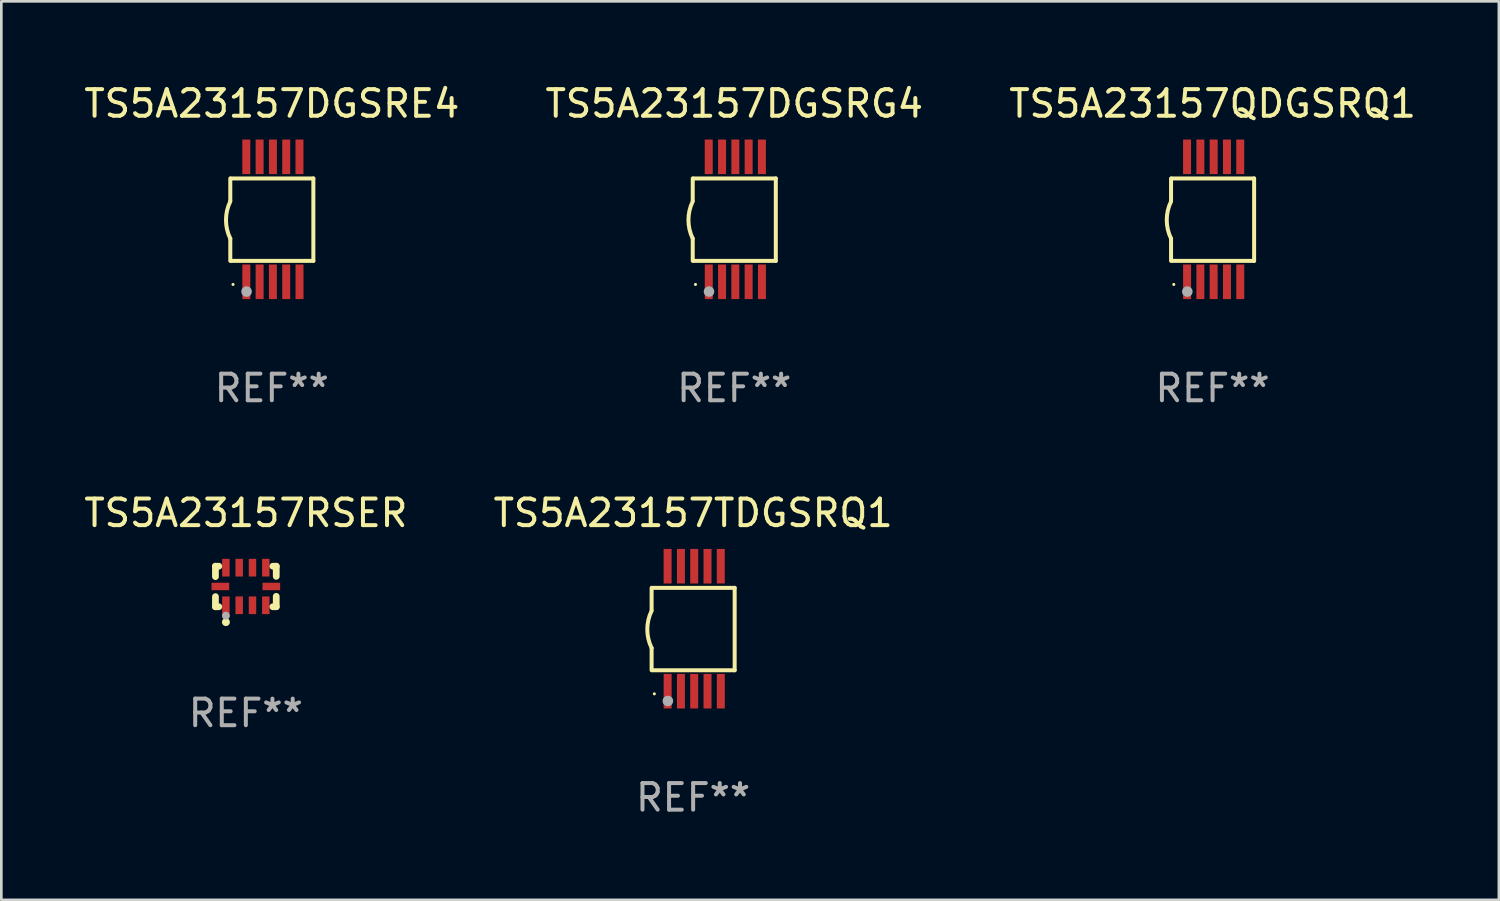
<source format=kicad_pcb>
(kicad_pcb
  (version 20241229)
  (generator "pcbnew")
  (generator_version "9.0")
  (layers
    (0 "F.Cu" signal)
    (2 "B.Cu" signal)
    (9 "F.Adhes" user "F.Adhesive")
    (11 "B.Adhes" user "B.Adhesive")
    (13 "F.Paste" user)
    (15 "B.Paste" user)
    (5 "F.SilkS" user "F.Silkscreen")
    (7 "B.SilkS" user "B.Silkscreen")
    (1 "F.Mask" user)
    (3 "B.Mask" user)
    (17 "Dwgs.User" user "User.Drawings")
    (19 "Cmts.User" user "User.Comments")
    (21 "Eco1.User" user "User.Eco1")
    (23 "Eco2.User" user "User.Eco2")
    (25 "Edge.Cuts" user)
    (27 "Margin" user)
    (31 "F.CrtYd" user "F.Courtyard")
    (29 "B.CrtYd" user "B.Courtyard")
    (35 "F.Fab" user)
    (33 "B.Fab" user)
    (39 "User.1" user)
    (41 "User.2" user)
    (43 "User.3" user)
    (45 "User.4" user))
  (footprint "TS5A23157QDGSRQ1"
    (layer "F.Cu")
    (at 42.554 5.198)
    (property "Reference" "TS5A23157QDGSRQ1" (at 0 -4.35 0) (layer "F.SilkS") (effects (font (size 1 1) (thickness 0.15))))
    (attr through_hole)
    (fp_line (start -1.562 -1.537) (end -1.562 -0.698) (stroke (width 0.15) (type solid)) (layer "F.SilkS"))
    (fp_line (start -1.562 0.724) (end -1.562 1.562) (stroke (width 0.15) (type solid)) (layer "F.SilkS"))
    (fp_line (start -1.538 -1.537) (end 1.562 -1.537) (stroke (width 0.15) (type solid)) (layer "F.SilkS"))
    (fp_line (start -1.538 1.562) (end 1.562 1.562) (stroke (width 0.15) (type solid)) (layer "F.SilkS"))
    (fp_line (start 1.562 1.564) (end 1.562 -1.537) (stroke (width 0.15) (type solid)) (layer "F.SilkS"))
    (fp_arc (start -1.562103 0.724079) (mid -1.723579 0.025578) (end -1.562103 -0.672924) (stroke (width 0.150013) (type solid)) (layer "F.SilkS"))
    (fp_circle (center -1.459 2.45) (end -1.429 2.45) (stroke (width 0.06) (type solid)) (fill no) (layer "F.SilkS"))
    (fp_circle (center -0.95 2.718) (end -0.85 2.718) (stroke (width 0.2) (type solid)) (fill no) (layer "F.Fab"))
    (fp_text user "REF**" (at 0 6.35 0) (layer "F.Fab") (effects (font (size 1 1) (thickness 0.15))))
    (pad "1" smd rect (at -0.959 2.35) (size 0.3 1.3) (layers "F.Cu" "F.Mask" "F.Paste"))
    (pad "2" smd rect (at -0.459 2.35) (size 0.3 1.3) (layers "F.Cu" "F.Mask" "F.Paste"))
    (pad "3" smd rect (at 0.04 2.35) (size 0.3 1.3) (layers "F.Cu" "F.Mask" "F.Paste"))
    (pad "4" smd rect (at 0.541 2.35) (size 0.3 1.3) (layers "F.Cu" "F.Mask" "F.Paste"))
    (pad "5" smd rect (at 1.041 2.35) (size 0.3 1.3) (layers "F.Cu" "F.Mask" "F.Paste"))
    (pad "6" smd rect (at 1.04 -2.35) (size 0.3 1.3) (layers "F.Cu" "F.Mask" "F.Paste"))
    (pad "7" smd rect (at 0.541 -2.35) (size 0.3 1.3) (layers "F.Cu" "F.Mask" "F.Paste"))
    (pad "8" smd rect (at 0.041 -2.35) (size 0.3 1.3) (layers "F.Cu" "F.Mask" "F.Paste"))
    (pad "9" smd rect (at -0.459 -2.35) (size 0.3 1.3) (layers "F.Cu" "F.Mask" "F.Paste"))
    (pad "10" smd rect (at -0.96 -2.35) (size 0.3 1.3) (layers "F.Cu" "F.Mask" "F.Paste")))
  (footprint "TS5A23157DGSRE4"
    (layer "F.Cu")
    (at 7.173 5.198)
    (property "Reference" "TS5A23157DGSRE4" (at 0 -4.35 0) (layer "F.SilkS") (effects (font (size 1 1) (thickness 0.15))))
    (attr through_hole)
    (fp_line (start -1.562 -1.537) (end -1.562 -0.698) (stroke (width 0.15) (type solid)) (layer "F.SilkS"))
    (fp_line (start -1.562 0.724) (end -1.562 1.562) (stroke (width 0.15) (type solid)) (layer "F.SilkS"))
    (fp_line (start -1.538 -1.537) (end 1.562 -1.537) (stroke (width 0.15) (type solid)) (layer "F.SilkS"))
    (fp_line (start -1.538 1.562) (end 1.562 1.562) (stroke (width 0.15) (type solid)) (layer "F.SilkS"))
    (fp_line (start 1.562 1.564) (end 1.562 -1.537) (stroke (width 0.15) (type solid)) (layer "F.SilkS"))
    (fp_arc (start -1.562103 0.724079) (mid -1.723579 0.025578) (end -1.562103 -0.672924) (stroke (width 0.150013) (type solid)) (layer "F.SilkS"))
    (fp_circle (center -1.459 2.45) (end -1.429 2.45) (stroke (width 0.06) (type solid)) (fill no) (layer "F.SilkS"))
    (fp_circle (center -0.95 2.718) (end -0.85 2.718) (stroke (width 0.2) (type solid)) (fill no) (layer "F.Fab"))
    (fp_text user "REF**" (at 0 6.35 0) (layer "F.Fab") (effects (font (size 1 1) (thickness 0.15))))
    (pad "1" smd rect (at -0.959 2.35) (size 0.3 1.3) (layers "F.Cu" "F.Mask" "F.Paste"))
    (pad "2" smd rect (at -0.459 2.35) (size 0.3 1.3) (layers "F.Cu" "F.Mask" "F.Paste"))
    (pad "3" smd rect (at 0.04 2.35) (size 0.3 1.3) (layers "F.Cu" "F.Mask" "F.Paste"))
    (pad "4" smd rect (at 0.541 2.35) (size 0.3 1.3) (layers "F.Cu" "F.Mask" "F.Paste"))
    (pad "5" smd rect (at 1.041 2.35) (size 0.3 1.3) (layers "F.Cu" "F.Mask" "F.Paste"))
    (pad "6" smd rect (at 1.04 -2.35) (size 0.3 1.3) (layers "F.Cu" "F.Mask" "F.Paste"))
    (pad "7" smd rect (at 0.541 -2.35) (size 0.3 1.3) (layers "F.Cu" "F.Mask" "F.Paste"))
    (pad "8" smd rect (at 0.041 -2.35) (size 0.3 1.3) (layers "F.Cu" "F.Mask" "F.Paste"))
    (pad "9" smd rect (at -0.459 -2.35) (size 0.3 1.3) (layers "F.Cu" "F.Mask" "F.Paste"))
    (pad "10" smd rect (at -0.96 -2.35) (size 0.3 1.3) (layers "F.Cu" "F.Mask" "F.Paste")))
  (footprint "TS5A23157TDGSRQ1"
    (layer "F.Cu")
    (at 23.018 20.595)
    (property "Reference" "TS5A23157TDGSRQ1" (at 0 -4.35 0) (layer "F.SilkS") (effects (font (size 1 1) (thickness 0.15))))
    (attr through_hole)
    (fp_line (start -1.562 -1.537) (end -1.562 -0.698) (stroke (width 0.15) (type solid)) (layer "F.SilkS"))
    (fp_line (start -1.562 0.724) (end -1.562 1.562) (stroke (width 0.15) (type solid)) (layer "F.SilkS"))
    (fp_line (start -1.538 -1.537) (end 1.562 -1.537) (stroke (width 0.15) (type solid)) (layer "F.SilkS"))
    (fp_line (start -1.538 1.562) (end 1.562 1.562) (stroke (width 0.15) (type solid)) (layer "F.SilkS"))
    (fp_line (start 1.562 1.564) (end 1.562 -1.537) (stroke (width 0.15) (type solid)) (layer "F.SilkS"))
    (fp_arc (start -1.562103 0.724079) (mid -1.723579 0.025578) (end -1.562103 -0.672924) (stroke (width 0.150013) (type solid)) (layer "F.SilkS"))
    (fp_circle (center -1.459 2.45) (end -1.429 2.45) (stroke (width 0.06) (type solid)) (fill no) (layer "F.SilkS"))
    (fp_circle (center -0.95 2.718) (end -0.85 2.718) (stroke (width 0.2) (type solid)) (fill no) (layer "F.Fab"))
    (fp_text user "REF**" (at 0 6.35 0) (layer "F.Fab") (effects (font (size 1 1) (thickness 0.15))))
    (pad "1" smd rect (at -0.959 2.35) (size 0.3 1.3) (layers "F.Cu" "F.Mask" "F.Paste"))
    (pad "2" smd rect (at -0.459 2.35) (size 0.3 1.3) (layers "F.Cu" "F.Mask" "F.Paste"))
    (pad "3" smd rect (at 0.04 2.35) (size 0.3 1.3) (layers "F.Cu" "F.Mask" "F.Paste"))
    (pad "4" smd rect (at 0.541 2.35) (size 0.3 1.3) (layers "F.Cu" "F.Mask" "F.Paste"))
    (pad "5" smd rect (at 1.041 2.35) (size 0.3 1.3) (layers "F.Cu" "F.Mask" "F.Paste"))
    (pad "6" smd rect (at 1.04 -2.35) (size 0.3 1.3) (layers "F.Cu" "F.Mask" "F.Paste"))
    (pad "7" smd rect (at 0.541 -2.35) (size 0.3 1.3) (layers "F.Cu" "F.Mask" "F.Paste"))
    (pad "8" smd rect (at 0.041 -2.35) (size 0.3 1.3) (layers "F.Cu" "F.Mask" "F.Paste"))
    (pad "9" smd rect (at -0.459 -2.35) (size 0.3 1.3) (layers "F.Cu" "F.Mask" "F.Paste"))
    (pad "10" smd rect (at -0.96 -2.35) (size 0.3 1.3) (layers "F.Cu" "F.Mask" "F.Paste")))
  (footprint "TS5A23157RSER"
    (layer "F.Cu")
    (at 6.196 19.007)
    (property "Reference" "TS5A23157RSER" (at 0 -2.762 0) (layer "F.SilkS") (effects (font (size 1 1) (thickness 0.15))))
    (attr through_hole)
    (fp_line (start -1.143 -0.762) (end -1.143 -0.371) (stroke (width 0.254) (type solid)) (layer "F.SilkS"))
    (fp_line (start -1.143 -0.762) (end -1.016 -0.762) (stroke (width 0.254) (type solid)) (layer "F.SilkS"))
    (fp_line (start -1.143 0.762) (end -1.143 0.381) (stroke (width 0.254) (type solid)) (layer "F.SilkS"))
    (fp_line (start -1.143 0.762) (end -1.016 0.762) (stroke (width 0.254) (type solid)) (layer "F.SilkS"))
    (fp_line (start 1.143 -0.762) (end 1.016 -0.762) (stroke (width 0.254) (type solid)) (layer "F.SilkS"))
    (fp_line (start 1.143 -0.762) (end 1.143 -0.381) (stroke (width 0.254) (type solid)) (layer "F.SilkS"))
    (fp_line (start 1.143 0.762) (end 1.016 0.762) (stroke (width 0.254) (type solid)) (layer "F.SilkS"))
    (fp_line (start 1.143 0.762) (end 1.143 0.371) (stroke (width 0.254) (type solid)) (layer "F.SilkS"))
    (fp_circle (center -1.05 0.8) (end -1.02 0.8) (stroke (width 0.06) (type solid)) (fill no) (layer "F.SilkS"))
    (fp_circle (center -0.75 1.34) (end -0.675 1.34) (stroke (width 0.15) (type solid)) (fill no) (layer "F.SilkS"))
    (fp_circle (center -0.75 1.1) (end -0.675 1.1) (stroke (width 0.15) (type solid)) (fill no) (layer "F.Fab"))
    (fp_text user "REF**" (at 0 4.762 0) (layer "F.Fab") (effects (font (size 1 1) (thickness 0.15))))
    (pad "1" smd rect (at -0.75 0.707) (size 0.28 0.665) (layers "F.Cu" "F.Mask" "F.Paste"))
    (pad "2" smd rect (at -0.25 0.707) (size 0.28 0.665) (layers "F.Cu" "F.Mask" "F.Paste"))
    (pad "3" smd rect (at 0.25 0.707) (size 0.28 0.665) (layers "F.Cu" "F.Mask" "F.Paste"))
    (pad "4" smd rect (at 0.75 0.707) (size 0.28 0.665) (layers "F.Cu" "F.Mask" "F.Paste"))
    (pad "5" smd rect (at 0.958 -0.000013) (size 0.665 0.28) (layers "F.Cu" "F.Mask" "F.Paste"))
    (pad "6" smd rect (at 0.75 -0.707) (size 0.28 0.665) (layers "F.Cu" "F.Mask" "F.Paste"))
    (pad "7" smd rect (at 0.25 -0.707) (size 0.28 0.665) (layers "F.Cu" "F.Mask" "F.Paste"))
    (pad "8" smd rect (at -0.25 -0.707) (size 0.28 0.665) (layers "F.Cu" "F.Mask" "F.Paste"))
    (pad "9" smd rect (at -0.75 -0.707) (size 0.28 0.665) (layers "F.Cu" "F.Mask" "F.Paste"))
    (pad "10" smd rect (at -0.958 -0.000013) (size 0.665 0.28) (layers "F.Cu" "F.Mask" "F.Paste")))
  (footprint "TS5A23157DGSRG4"
    (layer "F.Cu")
    (at 24.565 5.198)
    (property "Reference" "TS5A23157DGSRG4" (at 0 -4.35 0) (layer "F.SilkS") (effects (font (size 1 1) (thickness 0.15))))
    (attr through_hole)
    (fp_line (start -1.562 -1.537) (end -1.562 -0.698) (stroke (width 0.15) (type solid)) (layer "F.SilkS"))
    (fp_line (start -1.562 0.724) (end -1.562 1.562) (stroke (width 0.15) (type solid)) (layer "F.SilkS"))
    (fp_line (start -1.538 -1.537) (end 1.562 -1.537) (stroke (width 0.15) (type solid)) (layer "F.SilkS"))
    (fp_line (start -1.538 1.562) (end 1.562 1.562) (stroke (width 0.15) (type solid)) (layer "F.SilkS"))
    (fp_line (start 1.562 1.564) (end 1.562 -1.537) (stroke (width 0.15) (type solid)) (layer "F.SilkS"))
    (fp_arc (start -1.562103 0.724079) (mid -1.723579 0.025578) (end -1.562103 -0.672924) (stroke (width 0.150013) (type solid)) (layer "F.SilkS"))
    (fp_circle (center -1.459 2.45) (end -1.429 2.45) (stroke (width 0.06) (type solid)) (fill no) (layer "F.SilkS"))
    (fp_circle (center -0.95 2.718) (end -0.85 2.718) (stroke (width 0.2) (type solid)) (fill no) (layer "F.Fab"))
    (fp_text user "REF**" (at 0 6.35 0) (layer "F.Fab") (effects (font (size 1 1) (thickness 0.15))))
    (pad "1" smd rect (at -0.959 2.35) (size 0.3 1.3) (layers "F.Cu" "F.Mask" "F.Paste"))
    (pad "2" smd rect (at -0.459 2.35) (size 0.3 1.3) (layers "F.Cu" "F.Mask" "F.Paste"))
    (pad "3" smd rect (at 0.04 2.35) (size 0.3 1.3) (layers "F.Cu" "F.Mask" "F.Paste"))
    (pad "4" smd rect (at 0.541 2.35) (size 0.3 1.3) (layers "F.Cu" "F.Mask" "F.Paste"))
    (pad "5" smd rect (at 1.041 2.35) (size 0.3 1.3) (layers "F.Cu" "F.Mask" "F.Paste"))
    (pad "6" smd rect (at 1.04 -2.35) (size 0.3 1.3) (layers "F.Cu" "F.Mask" "F.Paste"))
    (pad "7" smd rect (at 0.541 -2.35) (size 0.3 1.3) (layers "F.Cu" "F.Mask" "F.Paste"))
    (pad "8" smd rect (at 0.041 -2.35) (size 0.3 1.3) (layers "F.Cu" "F.Mask" "F.Paste"))
    (pad "9" smd rect (at -0.459 -2.35) (size 0.3 1.3) (layers "F.Cu" "F.Mask" "F.Paste"))
    (pad "10" smd rect (at -0.96 -2.35) (size 0.3 1.3) (layers "F.Cu" "F.Mask" "F.Paste")))
  (gr_rect
    (start -3 -3)
    (end 53.321 30.793)
    (stroke (width 0.1) (type default))
    (fill no)
    (layer "Edge.Cuts")))
</source>
